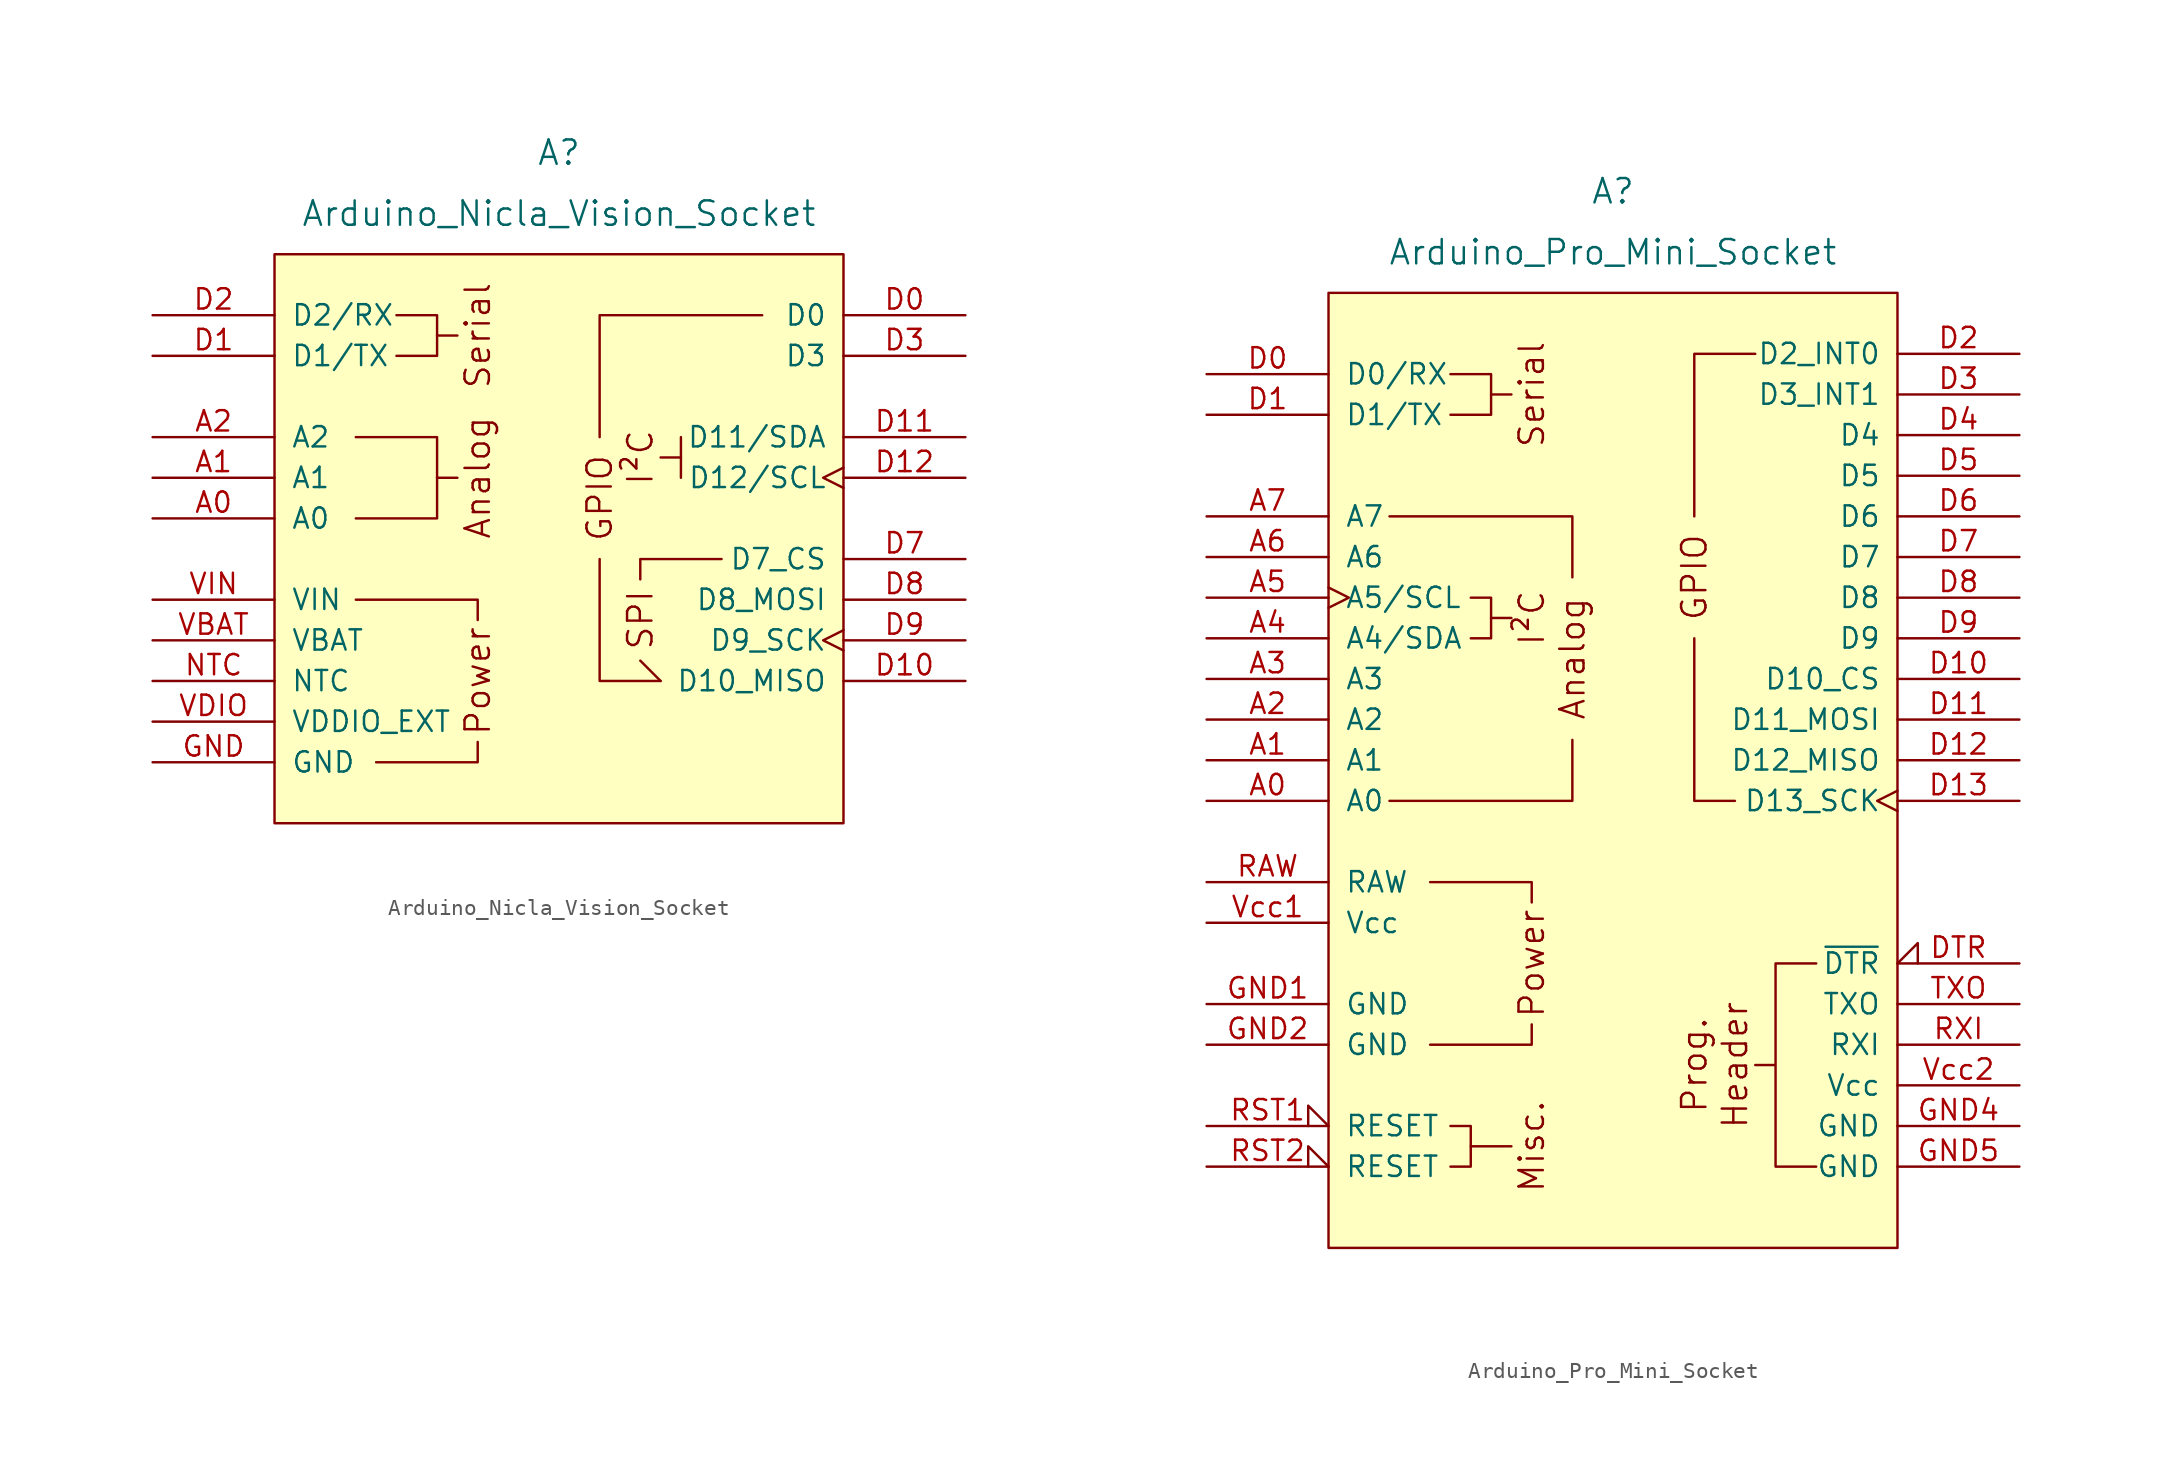
<source format=kicad_sym>
(kicad_symbol_lib
  (version 20220914)
  (generator kicad_symbol_editor)
  (symbol "Arduino_Nicla_Vision_Socket"
    (pin_names
      (offset 1.016))
    (property "Reference" "A"
      (at 0 33.02 0)
      (effects (font (size 1.524 1.524))))
    (property "Value" "Arduino_Nicla_Vision_Socket"
      (at 0 29.21 0)
      (effects (font (size 1.524 1.524))))
    (symbol "Arduino_Nicla_Vision_Socket_0_0"
      (rectangle (start -17.78 26.67) (end 17.78 -8.89) (stroke (width 0) (type default)) (fill (type background)))
      (polyline (pts (xy -7.62 12.7) (xy -6.35 12.7)) (stroke (width 0) (type default)) (fill (type none)))
      (polyline (pts (xy -7.62 21.59) (xy -6.35 21.59)) (stroke (width 0) (type default)) (fill (type none)))
      (polyline (pts (xy 7.62 13.97) (xy 6.35 13.97)) (stroke (width 0) (type default)) (fill (type none)))
      (polyline (pts (xy -11.43 -5.08) (xy -5.08 -5.08) (xy -5.08 -3.81)) (stroke (width 0) (type default)) (fill (type none)))
      (polyline (pts (xy -5.08 3.81) (xy -5.08 5.08) (xy -12.7 5.08)) (stroke (width 0) (type default)) (fill (type none)))
      (polyline (pts (xy -10.16 22.86) (xy -7.62 22.86) (xy -7.62 20.32) (xy -10.16 20.32)) (stroke (width 0) (type default)) (fill (type none)))
      (polyline (pts (xy 5.08 6.35) (xy 5.08 6.35) (xy 5.08 7.62) (xy 10.16 7.62)) (stroke (width 0) (type default)) (fill (type none)))
      (polyline (pts (xy 6.35 0) (xy 6.35 0) (xy 6.35 0) (xy 5.08 1.27)) (stroke (width 0) (type default)) (fill (type none)))
      (polyline (pts (xy 7.62 12.7) (xy 7.62 12.7) (xy 7.62 15.24) (xy 7.62 15.24)) (stroke (width 0) (type default)) (fill (type none)))
      (text "Analog" (at -5.08 12.7 900) (effects (font (size 1.524 1.524))))
      (text "I²C" (at 5.08 13.97 900) (effects (font (size 1.524 1.524))))
      (text "Power" (at -5.08 0 900) (effects (font (size 1.524 1.524))))
      (text "Serial" (at -5.08 21.59 900) (effects (font (size 1.524 1.524)))))
    (symbol "Arduino_Nicla_Vision_Socket_0_1"
      (polyline (pts (xy -12.7 10.16) (xy -7.62 10.16) (xy -7.62 12.7)) (stroke (width 0) (type default)) (fill (type none)))
      (polyline (pts (xy -12.7 15.24) (xy -7.62 15.24) (xy -7.62 12.7)) (stroke (width 0) (type default)) (fill (type none)))
      (polyline (pts (xy 6.35 0) (xy 2.54 0) (xy 2.54 7.62)) (stroke (width 0) (type default)) (fill (type none)))
      (polyline (pts (xy 12.7 22.86) (xy 2.54 22.86) (xy 2.54 15.24)) (stroke (width 0) (type default)) (fill (type none))))
    (symbol "Arduino_Nicla_Vision_Socket_1_0"
      (text "GPIO" (at 2.54 11.43 900) (effects (font (size 1.524 1.524))))
      (text "SPI" (at 5.08 3.81 900) (effects (font (size 1.524 1.524)))))
    (symbol "Arduino_Nicla_Vision_Socket_1_1"
      (pin bidirectional line (at -25.4 10.16 0) (length 7.62) (name "A0" (effects (font (size 1.27 1.27)))) (number "A0" (effects (font (size 1.27 1.27)))))
      (pin bidirectional line (at -25.4 12.7 0) (length 7.62) (name "A1" (effects (font (size 1.27 1.27)))) (number "A1" (effects (font (size 1.27 1.27)))))
      (pin bidirectional line (at -25.4 15.24 0) (length 7.62) (name "A2" (effects (font (size 1.27 1.27)))) (number "A2" (effects (font (size 1.27 1.27)))))
      (pin bidirectional line (at 25.4 22.86 180) (length 7.62) (name "D0" (effects (font (size 1.27 1.27)))) (number "D0" (effects (font (size 1.27 1.27)))))
      (pin bidirectional line (at -25.4 20.32 0) (length 7.62) (name "D1/TX" (effects (font (size 1.27 1.27)))) (number "D1" (effects (font (size 1.27 1.27)))))
      (pin bidirectional line (at 25.4 0 180) (length 7.62) (name "D10_MISO" (effects (font (size 1.27 1.27)))) (number "D10" (effects (font (size 1.27 1.27)))))
      (pin bidirectional line (at 25.4 15.24 180) (length 7.62) (name "D11/SDA" (effects (font (size 1.27 1.27)))) (number "D11" (effects (font (size 1.27 1.27)))))
      (pin bidirectional clock (at 25.4 12.7 180) (length 7.62) (name "D12/SCL" (effects (font (size 1.27 1.27)))) (number "D12" (effects (font (size 1.27 1.27)))))
      (pin bidirectional line (at -25.4 22.86 0) (length 7.62) (name "D2/RX" (effects (font (size 1.27 1.27)))) (number "D2" (effects (font (size 1.27 1.27)))))
      (pin bidirectional line (at 25.4 20.32 180) (length 7.62) (name "D3" (effects (font (size 1.27 1.27)))) (number "D3" (effects (font (size 1.27 1.27)))))
      (pin bidirectional line (at 25.4 7.62 180) (length 7.62) (name "D7_CS" (effects (font (size 1.27 1.27)))) (number "D7" (effects (font (size 1.27 1.27)))))
      (pin bidirectional line (at 25.4 5.08 180) (length 7.62) (name "D8_MOSI" (effects (font (size 1.27 1.27)))) (number "D8" (effects (font (size 1.27 1.27)))))
      (pin bidirectional clock (at 25.4 2.54 180) (length 7.62) (name "D9_SCK" (effects (font (size 1.27 1.27)))) (number "D9" (effects (font (size 1.27 1.27)))))
      (pin power_in line (at -25.4 -5.08 0) (length 7.62) (name "GND" (effects (font (size 1.27 1.27)))) (number "GND" (effects (font (size 1.27 1.27)))))
      (pin input line (at -25.4 0 0) (length 7.62) (name "NTC" (effects (font (size 1.27 1.27)))) (number "NTC" (effects (font (size 1.27 1.27)))))
      (pin power_in line (at -25.4 2.54 0) (length 7.62) (name "VBAT" (effects (font (size 1.27 1.27)))) (number "VBAT" (effects (font (size 1.27 1.27)))))
      (pin power_out line (at -25.4 -2.54 0) (length 7.62) (name "VDDIO_EXT" (effects (font (size 1.27 1.27)))) (number "VDIO" (effects (font (size 1.27 1.27)))))
      (pin power_in line (at -25.4 5.08 0) (length 7.62) (name "VIN" (effects (font (size 1.27 1.27)))) (number "VIN" (effects (font (size 1.27 1.27)))))))
  (symbol "Arduino_Pro_Mini_Socket"
    (pin_names
      (offset 1.016))
    (property "Reference" "A"
      (at 0 36.83 0)
      (effects (font (size 1.524 1.524))))
    (property "Value" "Arduino_Pro_Mini_Socket"
      (at 0 33.02 0)
      (effects (font (size 1.524 1.524))))
    (symbol "Arduino_Pro_Mini_Socket_0_0"
      (rectangle (start -17.78 30.48) (end 17.78 -29.21) (stroke (width 0) (type default)) (fill (type background)))
      (polyline (pts (xy -7.62 10.16) (xy -6.35 10.16)) (stroke (width 0) (type default)) (fill (type none)))
      (polyline (pts (xy -7.62 24.13) (xy -6.35 24.13)) (stroke (width 0) (type default)) (fill (type none)))
      (polyline (pts (xy -6.35 -22.86) (xy -8.89 -22.86)) (stroke (width 0) (type default)) (fill (type none)))
      (polyline (pts (xy -11.43 -16.51) (xy -5.08 -16.51) (xy -5.08 -15.24)) (stroke (width 0) (type default)) (fill (type none)))
      (polyline (pts (xy -5.08 -7.62) (xy -5.08 -6.35) (xy -11.43 -6.35)) (stroke (width 0) (type default)) (fill (type none)))
      (polyline (pts (xy -2.54 2.54) (xy -2.54 -1.27) (xy -13.97 -1.27)) (stroke (width 0) (type default)) (fill (type none)))
      (polyline (pts (xy -2.54 12.7) (xy -2.54 16.51) (xy -13.97 16.51)) (stroke (width 0) (type default)) (fill (type none)))
      (polyline (pts (xy -10.16 25.4) (xy -7.62 25.4) (xy -7.62 22.86) (xy -10.16 22.86)) (stroke (width 0) (type default)) (fill (type none)))
      (polyline (pts (xy -8.89 11.43) (xy -7.62 11.43) (xy -7.62 8.89) (xy -8.89 8.89)) (stroke (width 0) (type default)) (fill (type none)))
      (polyline (pts (xy 12.7 -11.43) (xy 10.16 -11.43) (xy 10.16 -16.51) (xy 10.16 -17.78) (xy 8.89 -17.78) (xy 10.16 -17.78) (xy 10.16 -24.13) (xy 12.7 -24.13)) (stroke (width 0) (type default)) (fill (type none)))
      (text "Analog" (at -2.54 7.62 900) (effects (font (size 1.524 1.524))))
      (text "Header" (at 7.62 -17.78 900) (effects (font (size 1.524 1.524))))
      (text "I²C" (at -5.08 10.16 900) (effects (font (size 1.524 1.524))))
      (text "Misc." (at -5.08 -22.86 900) (effects (font (size 1.524 1.524))))
      (text "Power" (at -5.08 -11.43 900) (effects (font (size 1.524 1.524))))
      (text "Prog." (at 5.08 -17.78 900) (effects (font (size 1.524 1.524))))
      (text "Serial" (at -5.08 24.13 900) (effects (font (size 1.524 1.524)))))
    (symbol "Arduino_Pro_Mini_Socket_0_1"
      (polyline (pts (xy 7.62 -1.27) (xy 5.08 -1.27) (xy 5.08 8.89)) (stroke (width 0) (type default)) (fill (type none)))
      (polyline (pts (xy 8.89 26.67) (xy 5.08 26.67) (xy 5.08 16.51)) (stroke (width 0) (type default)) (fill (type none)))
      (polyline (pts (xy -10.16 -24.13) (xy -8.89 -24.13) (xy -8.89 -21.59) (xy -10.16 -21.59)) (stroke (width 0) (type default)) (fill (type none))))
    (symbol "Arduino_Pro_Mini_Socket_1_0"
      (text "GPIO" (at 5.08 12.7 900) (effects (font (size 1.524 1.524)))))
    (symbol "Arduino_Pro_Mini_Socket_1_1"
      (pin bidirectional line (at -25.4 -1.27 0) (length 7.62) (name "A0" (effects (font (size 1.27 1.27)))) (number "A0" (effects (font (size 1.27 1.27)))))
      (pin bidirectional line (at -25.4 1.27 0) (length 7.62) (name "A1" (effects (font (size 1.27 1.27)))) (number "A1" (effects (font (size 1.27 1.27)))))
      (pin bidirectional line (at -25.4 3.81 0) (length 7.62) (name "A2" (effects (font (size 1.27 1.27)))) (number "A2" (effects (font (size 1.27 1.27)))))
      (pin bidirectional line (at -25.4 6.35 0) (length 7.62) (name "A3" (effects (font (size 1.27 1.27)))) (number "A3" (effects (font (size 1.27 1.27)))))
      (pin bidirectional line (at -25.4 8.89 0) (length 7.62) (name "A4/SDA" (effects (font (size 1.27 1.27)))) (number "A4" (effects (font (size 1.27 1.27)))))
      (pin bidirectional clock (at -25.4 11.43 0) (length 7.62) (name "A5/SCL" (effects (font (size 1.27 1.27)))) (number "A5" (effects (font (size 1.27 1.27)))))
      (pin input line (at -25.4 13.97 0) (length 7.62) (name "A6" (effects (font (size 1.27 1.27)))) (number "A6" (effects (font (size 1.27 1.27)))))
      (pin input line (at -25.4 16.51 0) (length 7.62) (name "A7" (effects (font (size 1.27 1.27)))) (number "A7" (effects (font (size 1.27 1.27)))))
      (pin bidirectional line (at -25.4 25.4 0) (length 7.62) (name "D0/RX" (effects (font (size 1.27 1.27)))) (number "D0" (effects (font (size 1.27 1.27)))))
      (pin bidirectional line (at -25.4 22.86 0) (length 7.62) (name "D1/TX" (effects (font (size 1.27 1.27)))) (number "D1" (effects (font (size 1.27 1.27)))))
      (pin bidirectional line (at 25.4 6.35 180) (length 7.62) (name "D10_CS" (effects (font (size 1.27 1.27)))) (number "D10" (effects (font (size 1.27 1.27)))))
      (pin bidirectional line (at 25.4 3.81 180) (length 7.62) (name "D11_MOSI" (effects (font (size 1.27 1.27)))) (number "D11" (effects (font (size 1.27 1.27)))))
      (pin bidirectional line (at 25.4 1.27 180) (length 7.62) (name "D12_MISO" (effects (font (size 1.27 1.27)))) (number "D12" (effects (font (size 1.27 1.27)))))
      (pin bidirectional clock (at 25.4 -1.27 180) (length 7.62) (name "D13_SCK" (effects (font (size 1.27 1.27)))) (number "D13" (effects (font (size 1.27 1.27)))))
      (pin bidirectional line (at 25.4 26.67 180) (length 7.62) (name "D2_INT0" (effects (font (size 1.27 1.27)))) (number "D2" (effects (font (size 1.27 1.27)))))
      (pin bidirectional line (at 25.4 24.13 180) (length 7.62) (name "D3_INT1" (effects (font (size 1.27 1.27)))) (number "D3" (effects (font (size 1.27 1.27)))))
      (pin bidirectional line (at 25.4 21.59 180) (length 7.62) (name "D4" (effects (font (size 1.27 1.27)))) (number "D4" (effects (font (size 1.27 1.27)))))
      (pin bidirectional line (at 25.4 19.05 180) (length 7.62) (name "D5" (effects (font (size 1.27 1.27)))) (number "D5" (effects (font (size 1.27 1.27)))))
      (pin bidirectional line (at 25.4 16.51 180) (length 7.62) (name "D6" (effects (font (size 1.27 1.27)))) (number "D6" (effects (font (size 1.27 1.27)))))
      (pin bidirectional line (at 25.4 13.97 180) (length 7.62) (name "D7" (effects (font (size 1.27 1.27)))) (number "D7" (effects (font (size 1.27 1.27)))))
      (pin bidirectional line (at 25.4 11.43 180) (length 7.62) (name "D8" (effects (font (size 1.27 1.27)))) (number "D8" (effects (font (size 1.27 1.27)))))
      (pin bidirectional line (at 25.4 8.89 180) (length 7.62) (name "D9" (effects (font (size 1.27 1.27)))) (number "D9" (effects (font (size 1.27 1.27)))))
      (pin input input_low (at 25.4 -11.43 180) (length 7.62) (name "~{DTR}" (effects (font (size 1.27 1.27)))) (number "DTR" (effects (font (size 1.27 1.27)))))
      (pin power_in line (at -25.4 -13.97 0) (length 7.62) (name "GND" (effects (font (size 1.27 1.27)))) (number "GND1" (effects (font (size 1.27 1.27)))))
      (pin power_in line (at -25.4 -16.51 0) (length 7.62) (name "GND" (effects (font (size 1.27 1.27)))) (number "GND2" (effects (font (size 1.27 1.27)))))
      (pin power_in line (at 25.4 -21.59 180) (length 7.62) (name "GND" (effects (font (size 1.27 1.27)))) (number "GND4" (effects (font (size 1.27 1.27)))))
      (pin power_in line (at 25.4 -24.13 180) (length 7.62) (name "GND" (effects (font (size 1.27 1.27)))) (number "GND5" (effects (font (size 1.27 1.27)))))
      (pin power_in line (at -25.4 -6.35 0) (length 7.62) (name "RAW" (effects (font (size 1.27 1.27)))) (number "RAW" (effects (font (size 1.27 1.27)))))
      (pin open_collector input_low (at -25.4 -21.59 0) (length 7.62) (name "RESET" (effects (font (size 1.27 1.27)))) (number "RST1" (effects (font (size 1.27 1.27)))))
      (pin open_collector input_low (at -25.4 -24.13 0) (length 7.62) (name "RESET" (effects (font (size 1.27 1.27)))) (number "RST2" (effects (font (size 1.27 1.27)))))
      (pin input line (at 25.4 -16.51 180) (length 7.62) (name "RXI" (effects (font (size 1.27 1.27)))) (number "RXI" (effects (font (size 1.27 1.27)))))
      (pin output line (at 25.4 -13.97 180) (length 7.62) (name "TXO" (effects (font (size 1.27 1.27)))) (number "TXO" (effects (font (size 1.27 1.27)))))
      (pin power_in line (at -25.4 -8.89 0) (length 7.62) (name "Vcc" (effects (font (size 1.27 1.27)))) (number "Vcc1" (effects (font (size 1.27 1.27)))))
      (pin power_in line (at 25.4 -19.05 180) (length 7.62) (name "Vcc" (effects (font (size 1.27 1.27)))) (number "Vcc2" (effects (font (size 1.27 1.27))))))))
</source>
